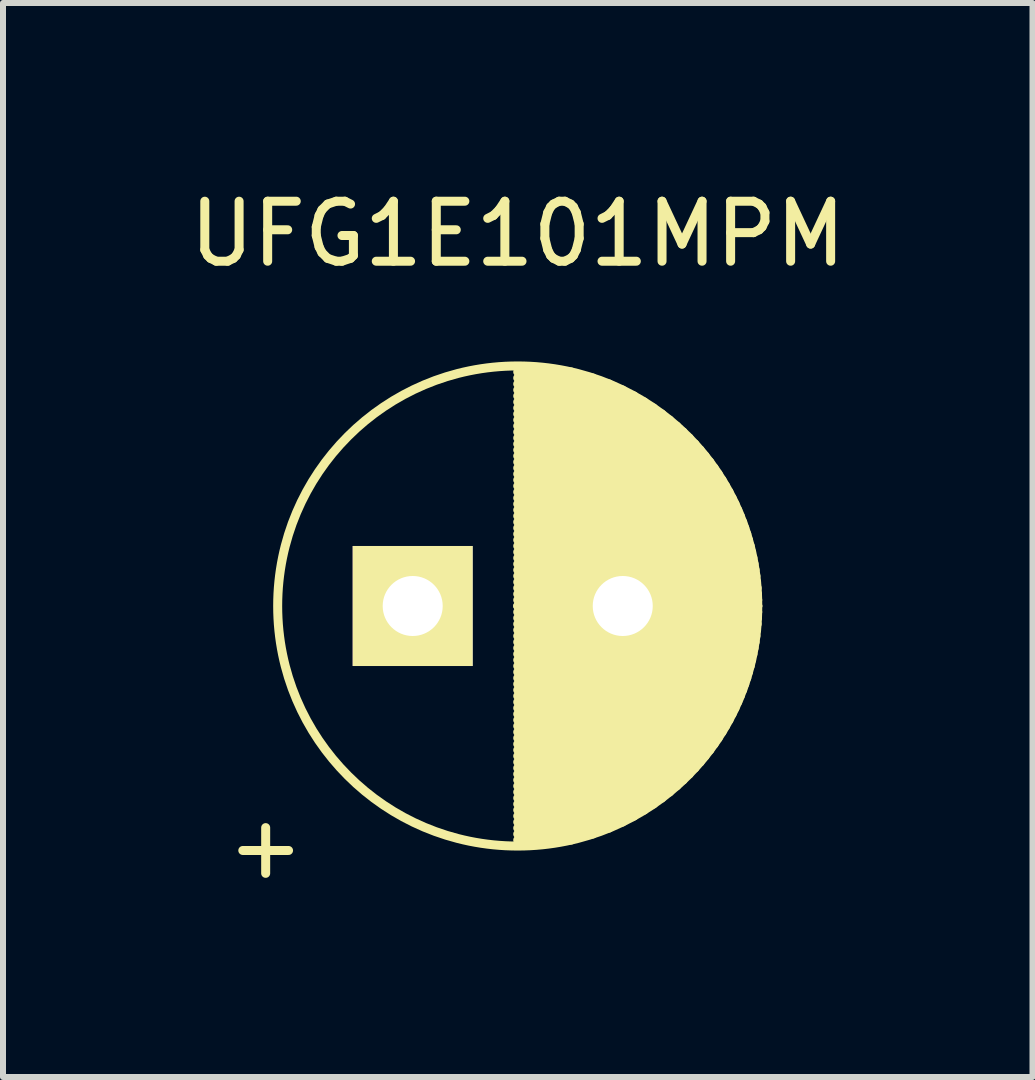
<source format=kicad_pcb>
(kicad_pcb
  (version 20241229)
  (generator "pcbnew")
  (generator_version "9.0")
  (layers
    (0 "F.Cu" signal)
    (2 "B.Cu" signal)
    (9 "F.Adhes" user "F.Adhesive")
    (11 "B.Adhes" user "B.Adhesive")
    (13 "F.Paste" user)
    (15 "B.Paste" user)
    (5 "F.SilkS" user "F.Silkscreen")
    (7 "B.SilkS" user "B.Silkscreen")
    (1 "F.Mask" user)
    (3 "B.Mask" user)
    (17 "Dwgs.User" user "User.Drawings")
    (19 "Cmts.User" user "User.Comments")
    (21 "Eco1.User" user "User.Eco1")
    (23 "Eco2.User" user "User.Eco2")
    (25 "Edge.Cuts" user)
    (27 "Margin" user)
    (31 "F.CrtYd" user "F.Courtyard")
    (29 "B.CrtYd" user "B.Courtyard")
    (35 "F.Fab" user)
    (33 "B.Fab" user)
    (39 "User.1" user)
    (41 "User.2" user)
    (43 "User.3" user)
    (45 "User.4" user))
  (footprint "UFG1E101MPM"
    (layer "F.Cu")
    (at 3.827 7.048)
    (property "Reference" "UFG1E101MPM" (at 1.75 -6.2 0) (layer "F.SilkS") (effects (font (size 1 1) (thickness 0.15))))
    (attr through_hole)
    (fp_line (start 1.75 -3.9) (end 2.639 -3.9) (stroke (width 0.15) (type solid)) (layer "F.SilkS"))
    (fp_line (start 1.75 -3.8) (end 2.999 -3.8) (stroke (width 0.15) (type solid)) (layer "F.SilkS"))
    (fp_line (start 1.75 -3.7) (end 3.27 -3.7) (stroke (width 0.15) (type solid)) (layer "F.SilkS"))
    (fp_line (start 1.75 -3.6) (end 3.494 -3.6) (stroke (width 0.15) (type solid)) (layer "F.SilkS"))
    (fp_line (start 1.75 -3.5) (end 3.686 -3.5) (stroke (width 0.15) (type solid)) (layer "F.SilkS"))
    (fp_line (start 1.75 -3.4) (end 3.857 -3.4) (stroke (width 0.15) (type solid)) (layer "F.SilkS"))
    (fp_line (start 1.75 -3.3) (end 4.011 -3.3) (stroke (width 0.15) (type solid)) (layer "F.SilkS"))
    (fp_line (start 1.75 -3.2) (end 4.15 -3.2) (stroke (width 0.15) (type solid)) (layer "F.SilkS"))
    (fp_line (start 1.75 -3.1) (end 4.278 -3.1) (stroke (width 0.15) (type solid)) (layer "F.SilkS"))
    (fp_line (start 1.75 -3) (end 4.396 -3) (stroke (width 0.15) (type solid)) (layer "F.SilkS"))
    (fp_line (start 1.75 -2.9) (end 4.505 -2.9) (stroke (width 0.15) (type solid)) (layer "F.SilkS"))
    (fp_line (start 1.75 -2.8) (end 4.607 -2.8) (stroke (width 0.15) (type solid)) (layer "F.SilkS"))
    (fp_line (start 1.75 -2.7) (end 4.701 -2.7) (stroke (width 0.15) (type solid)) (layer "F.SilkS"))
    (fp_line (start 1.75 -2.6) (end 4.79 -2.6) (stroke (width 0.15) (type solid)) (layer "F.SilkS"))
    (fp_line (start 1.75 -2.5) (end 4.872 -2.5) (stroke (width 0.15) (type solid)) (layer "F.SilkS"))
    (fp_line (start 1.75 -2.4) (end 4.95 -2.4) (stroke (width 0.15) (type solid)) (layer "F.SilkS"))
    (fp_line (start 1.75 -2.3) (end 5.023 -2.3) (stroke (width 0.15) (type solid)) (layer "F.SilkS"))
    (fp_line (start 1.75 -2.2) (end 5.091 -2.2) (stroke (width 0.15) (type solid)) (layer "F.SilkS"))
    (fp_line (start 1.75 -2.1) (end 5.154 -2.1) (stroke (width 0.15) (type solid)) (layer "F.SilkS"))
    (fp_line (start 1.75 -2) (end 5.214 -2) (stroke (width 0.15) (type solid)) (layer "F.SilkS"))
    (fp_line (start 1.75 -1.9) (end 5.27 -1.9) (stroke (width 0.15) (type solid)) (layer "F.SilkS"))
    (fp_line (start 1.75 -1.8) (end 5.322 -1.8) (stroke (width 0.15) (type solid)) (layer "F.SilkS"))
    (fp_line (start 1.75 -1.7) (end 5.371 -1.7) (stroke (width 0.15) (type solid)) (layer "F.SilkS"))
    (fp_line (start 1.75 -1.6) (end 5.416 -1.6) (stroke (width 0.15) (type solid)) (layer "F.SilkS"))
    (fp_line (start 1.75 -1.5) (end 5.458 -1.5) (stroke (width 0.15) (type solid)) (layer "F.SilkS"))
    (fp_line (start 1.75 -1.4) (end 5.497 -1.4) (stroke (width 0.15) (type solid)) (layer "F.SilkS"))
    (fp_line (start 1.75 -1.3) (end 5.533 -1.3) (stroke (width 0.15) (type solid)) (layer "F.SilkS"))
    (fp_line (start 1.75 -1.2) (end 5.566 -1.2) (stroke (width 0.15) (type solid)) (layer "F.SilkS"))
    (fp_line (start 1.75 -1.1) (end 5.596 -1.1) (stroke (width 0.15) (type solid)) (layer "F.SilkS"))
    (fp_line (start 1.75 -1) (end 5.623 -1) (stroke (width 0.15) (type solid)) (layer "F.SilkS"))
    (fp_line (start 1.75 -0.9) (end 5.647 -0.9) (stroke (width 0.15) (type solid)) (layer "F.SilkS"))
    (fp_line (start 1.75 -0.8) (end 5.669 -0.8) (stroke (width 0.15) (type solid)) (layer "F.SilkS"))
    (fp_line (start 1.75 -0.7) (end 5.688 -0.7) (stroke (width 0.15) (type solid)) (layer "F.SilkS"))
    (fp_line (start 1.75 -0.6) (end 5.705 -0.6) (stroke (width 0.15) (type solid)) (layer "F.SilkS"))
    (fp_line (start 1.75 -0.5) (end 5.719 -0.5) (stroke (width 0.15) (type solid)) (layer "F.SilkS"))
    (fp_line (start 1.75 -0.4) (end 5.73 -0.4) (stroke (width 0.15) (type solid)) (layer "F.SilkS"))
    (fp_line (start 1.75 -0.3) (end 5.739 -0.3) (stroke (width 0.15) (type solid)) (layer "F.SilkS"))
    (fp_line (start 1.75 -0.2) (end 5.745 -0.2) (stroke (width 0.15) (type solid)) (layer "F.SilkS"))
    (fp_line (start 1.75 -0.1) (end 5.749 -0.1) (stroke (width 0.15) (type solid)) (layer "F.SilkS"))
    (fp_line (start 1.75 0) (end 5.75 0) (stroke (width 0.15) (type solid)) (layer "F.SilkS"))
    (fp_line (start 1.75 0) (end 5.75 0) (stroke (width 0.15) (type solid)) (layer "F.SilkS"))
    (fp_line (start 1.75 0.1) (end 5.749 0.1) (stroke (width 0.15) (type solid)) (layer "F.SilkS"))
    (fp_line (start 1.75 0.2) (end 5.745 0.2) (stroke (width 0.15) (type solid)) (layer "F.SilkS"))
    (fp_line (start 1.75 0.3) (end 5.739 0.3) (stroke (width 0.15) (type solid)) (layer "F.SilkS"))
    (fp_line (start 1.75 0.4) (end 5.73 0.4) (stroke (width 0.15) (type solid)) (layer "F.SilkS"))
    (fp_line (start 1.75 0.5) (end 5.719 0.5) (stroke (width 0.15) (type solid)) (layer "F.SilkS"))
    (fp_line (start 1.75 0.6) (end 5.705 0.6) (stroke (width 0.15) (type solid)) (layer "F.SilkS"))
    (fp_line (start 1.75 0.7) (end 5.688 0.7) (stroke (width 0.15) (type solid)) (layer "F.SilkS"))
    (fp_line (start 1.75 0.8) (end 5.669 0.8) (stroke (width 0.15) (type solid)) (layer "F.SilkS"))
    (fp_line (start 1.75 0.9) (end 5.647 0.9) (stroke (width 0.15) (type solid)) (layer "F.SilkS"))
    (fp_line (start 1.75 1) (end 5.623 1) (stroke (width 0.15) (type solid)) (layer "F.SilkS"))
    (fp_line (start 1.75 1.1) (end 5.596 1.1) (stroke (width 0.15) (type solid)) (layer "F.SilkS"))
    (fp_line (start 1.75 1.2) (end 5.566 1.2) (stroke (width 0.15) (type solid)) (layer "F.SilkS"))
    (fp_line (start 1.75 1.3) (end 5.533 1.3) (stroke (width 0.15) (type solid)) (layer "F.SilkS"))
    (fp_line (start 1.75 1.4) (end 5.497 1.4) (stroke (width 0.15) (type solid)) (layer "F.SilkS"))
    (fp_line (start 1.75 1.5) (end 5.458 1.5) (stroke (width 0.15) (type solid)) (layer "F.SilkS"))
    (fp_line (start 1.75 1.6) (end 5.416 1.6) (stroke (width 0.15) (type solid)) (layer "F.SilkS"))
    (fp_line (start 1.75 1.7) (end 5.371 1.7) (stroke (width 0.15) (type solid)) (layer "F.SilkS"))
    (fp_line (start 1.75 1.8) (end 5.322 1.8) (stroke (width 0.15) (type solid)) (layer "F.SilkS"))
    (fp_line (start 1.75 1.9) (end 5.27 1.9) (stroke (width 0.15) (type solid)) (layer "F.SilkS"))
    (fp_line (start 1.75 2) (end 5.214 2) (stroke (width 0.15) (type solid)) (layer "F.SilkS"))
    (fp_line (start 1.75 2.1) (end 5.154 2.1) (stroke (width 0.15) (type solid)) (layer "F.SilkS"))
    (fp_line (start 1.75 2.2) (end 5.091 2.2) (stroke (width 0.15) (type solid)) (layer "F.SilkS"))
    (fp_line (start 1.75 2.3) (end 5.023 2.3) (stroke (width 0.15) (type solid)) (layer "F.SilkS"))
    (fp_line (start 1.75 2.4) (end 4.95 2.4) (stroke (width 0.15) (type solid)) (layer "F.SilkS"))
    (fp_line (start 1.75 2.5) (end 4.872 2.5) (stroke (width 0.15) (type solid)) (layer "F.SilkS"))
    (fp_line (start 1.75 2.6) (end 4.79 2.6) (stroke (width 0.15) (type solid)) (layer "F.SilkS"))
    (fp_line (start 1.75 2.7) (end 4.701 2.7) (stroke (width 0.15) (type solid)) (layer "F.SilkS"))
    (fp_line (start 1.75 2.8) (end 4.607 2.8) (stroke (width 0.15) (type solid)) (layer "F.SilkS"))
    (fp_line (start 1.75 2.9) (end 4.505 2.9) (stroke (width 0.15) (type solid)) (layer "F.SilkS"))
    (fp_line (start 1.75 3) (end 4.396 3) (stroke (width 0.15) (type solid)) (layer "F.SilkS"))
    (fp_line (start 1.75 3.1) (end 4.278 3.1) (stroke (width 0.15) (type solid)) (layer "F.SilkS"))
    (fp_line (start 1.75 3.2) (end 4.15 3.2) (stroke (width 0.15) (type solid)) (layer "F.SilkS"))
    (fp_line (start 1.75 3.3) (end 4.011 3.3) (stroke (width 0.15) (type solid)) (layer "F.SilkS"))
    (fp_line (start 1.75 3.4) (end 3.857 3.4) (stroke (width 0.15) (type solid)) (layer "F.SilkS"))
    (fp_line (start 1.75 3.5) (end 3.686 3.5) (stroke (width 0.15) (type solid)) (layer "F.SilkS"))
    (fp_line (start 1.75 3.6) (end 3.494 3.6) (stroke (width 0.15) (type solid)) (layer "F.SilkS"))
    (fp_line (start 1.75 3.7) (end 3.27 3.7) (stroke (width 0.15) (type solid)) (layer "F.SilkS"))
    (fp_line (start 1.75 3.8) (end 2.999 3.8) (stroke (width 0.15) (type solid)) (layer "F.SilkS"))
    (fp_line (start 1.75 3.9) (end 2.639 3.9) (stroke (width 0.15) (type solid)) (layer "F.SilkS"))
    (fp_circle (center 1.75 0) (end 1.75 -4) (stroke (width 0.15) (type solid)) (fill no) (layer "F.SilkS"))
    (fp_text user "+" (at -2.45 4 0) (layer "F.SilkS") (effects (font (size 1 1) (thickness 0.15))))
    (pad "1" thru_hole rect (at 0 0) (size 2 2) (drill 1) (layers "*.Cu" "*.Mask" "F.SilkS"))
    (pad "2" thru_hole circle (at 3.5 0) (size 2 2) (drill 1) (layers "*.Cu" "*.Mask" "F.SilkS")))
  (gr_rect
    (start -3 -3)
    (end 14.155 14.896)
    (stroke (width 0.1) (type default))
    (fill no)
    (layer "Edge.Cuts")))
</source>
